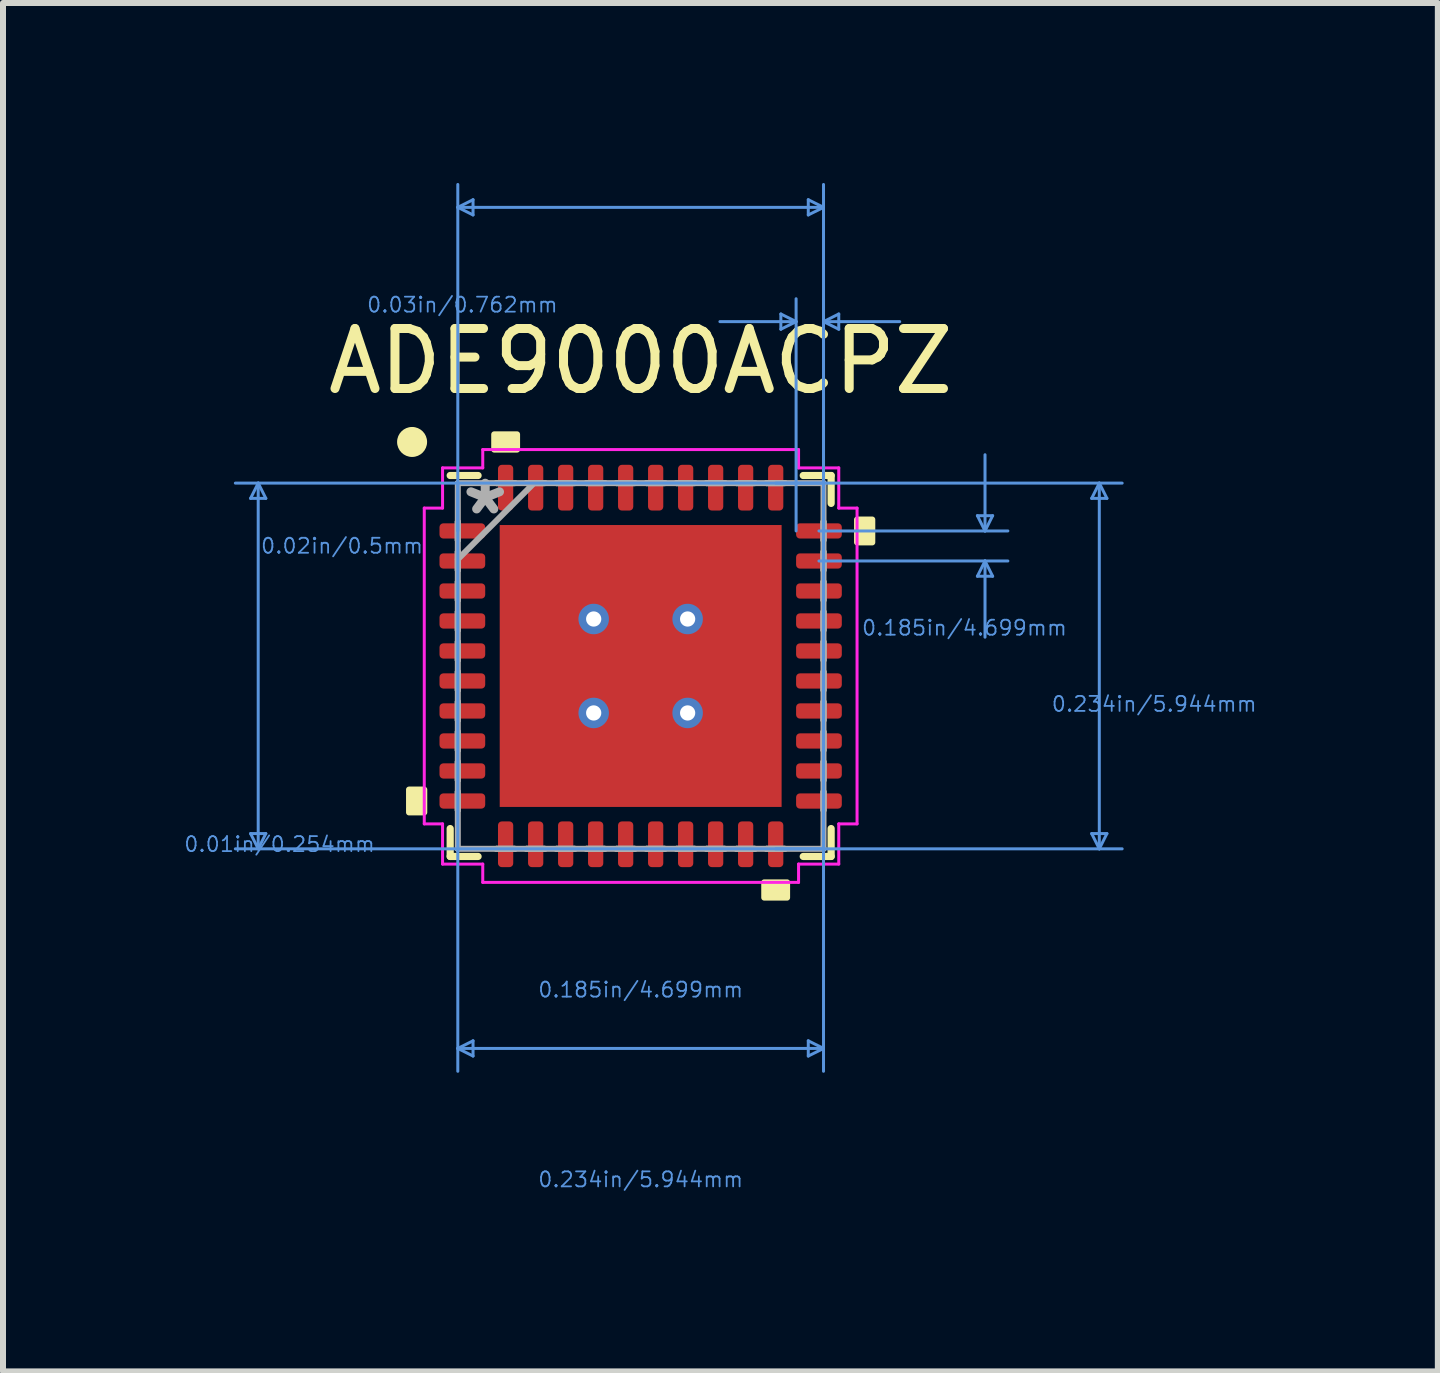
<source format=kicad_pcb>
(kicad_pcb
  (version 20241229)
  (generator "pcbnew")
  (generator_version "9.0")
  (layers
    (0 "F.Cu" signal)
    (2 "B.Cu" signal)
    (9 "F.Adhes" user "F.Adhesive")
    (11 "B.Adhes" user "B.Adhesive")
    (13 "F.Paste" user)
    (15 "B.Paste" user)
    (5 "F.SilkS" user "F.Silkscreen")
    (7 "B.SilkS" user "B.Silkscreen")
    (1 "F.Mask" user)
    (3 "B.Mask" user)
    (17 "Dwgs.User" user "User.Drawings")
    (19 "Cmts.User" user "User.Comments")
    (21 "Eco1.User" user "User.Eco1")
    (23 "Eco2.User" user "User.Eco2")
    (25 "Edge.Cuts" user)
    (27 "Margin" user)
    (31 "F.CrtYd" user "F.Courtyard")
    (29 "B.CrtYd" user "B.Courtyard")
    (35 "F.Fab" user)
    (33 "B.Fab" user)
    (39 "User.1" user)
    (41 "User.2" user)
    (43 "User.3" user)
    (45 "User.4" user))
  (footprint "ADE9000ACPZ"
    (layer "F.Cu")
    (at 7.629 8.051)
    (property "Reference" "ADE9000ACPZ" (at 0 -5.08 0) (layer "F.SilkS") (effects (font (size 1 1) (thickness 0.15))))
    (attr smd)
    (fp_line (start -3.175 2.71) (end -3.175 3.175) (stroke (width 0.12) (type solid)) (layer "F.SilkS"))
    (fp_line (start -3.175 3.175) (end -2.71 3.175) (stroke (width 0.12) (type solid)) (layer "F.SilkS"))
    (fp_line (start -2.71 -3.175) (end -3.175 -3.175) (stroke (width 0.12) (type solid)) (layer "F.SilkS"))
    (fp_line (start 2.71 3.175) (end 3.175 3.175) (stroke (width 0.12) (type solid)) (layer "F.SilkS"))
    (fp_line (start 3.175 -3.175) (end 2.71 -3.175) (stroke (width 0.12) (type solid)) (layer "F.SilkS"))
    (fp_line (start 3.175 -2.71) (end 3.175 -3.175) (stroke (width 0.12) (type solid)) (layer "F.SilkS"))
    (fp_line (start 3.175 3.175) (end 3.175 2.71) (stroke (width 0.12) (type solid)) (layer "F.SilkS"))
    (fp_circle (center -3.81 -3.734) (end -3.56 -3.734) (stroke (width 0) (type solid)) (fill yes) (layer "F.SilkS"))
    (fp_poly (pts (xy -3.861 2.06) (xy -3.861 2.441) (xy -3.607 2.441) (xy -3.607 2.06)) (stroke (width 0.1) (type solid)) (fill yes) (layer "F.SilkS"))
    (fp_poly (pts (xy -2.441 -3.607) (xy -2.441 -3.861) (xy -2.06 -3.861) (xy -2.06 -3.607)) (stroke (width 0.1) (type solid)) (fill yes) (layer "F.SilkS"))
    (fp_poly (pts (xy 2.06 3.607) (xy 2.06 3.861) (xy 2.441 3.861) (xy 2.441 3.607)) (stroke (width 0.1) (type solid)) (fill yes) (layer "F.SilkS"))
    (fp_poly (pts (xy 3.861 -2.441) (xy 3.861 -2.06) (xy 3.607 -2.06) (xy 3.607 -2.441)) (stroke (width 0.1) (type solid)) (fill yes) (layer "F.SilkS"))
    (fp_poly (pts (xy -2.249 -2.249) (xy -2.249 -0.883) (xy -0.883 -0.883) (xy -0.883 -2.249)) (stroke (width 0.1) (type solid)) (fill yes) (layer "F.Paste"))
    (fp_poly (pts (xy -2.249 -0.683) (xy -2.249 0.683) (xy -0.883 0.683) (xy -0.883 -0.683)) (stroke (width 0.1) (type solid)) (fill yes) (layer "F.Paste"))
    (fp_poly (pts (xy -2.249 0.883) (xy -2.249 2.249) (xy -0.883 2.249) (xy -0.883 0.883)) (stroke (width 0.1) (type solid)) (fill yes) (layer "F.Paste"))
    (fp_poly (pts (xy -0.683 -2.249) (xy -0.683 -0.883) (xy 0.683 -0.883) (xy 0.683 -2.249)) (stroke (width 0.1) (type solid)) (fill yes) (layer "F.Paste"))
    (fp_poly (pts (xy -0.683 -0.683) (xy -0.683 0.683) (xy 0.683 0.683) (xy 0.683 -0.683)) (stroke (width 0.1) (type solid)) (fill yes) (layer "F.Paste"))
    (fp_poly (pts (xy -0.683 0.883) (xy -0.683 2.249) (xy 0.683 2.249) (xy 0.683 0.883)) (stroke (width 0.1) (type solid)) (fill yes) (layer "F.Paste"))
    (fp_poly (pts (xy 0.883 -2.249) (xy 0.883 -0.883) (xy 2.249 -0.883) (xy 2.249 -2.249)) (stroke (width 0.1) (type solid)) (fill yes) (layer "F.Paste"))
    (fp_poly (pts (xy 0.883 -0.683) (xy 0.883 0.683) (xy 2.249 0.683) (xy 2.249 -0.683)) (stroke (width 0.1) (type solid)) (fill yes) (layer "F.Paste"))
    (fp_poly (pts (xy 0.883 0.883) (xy 0.883 2.249) (xy 2.249 2.249) (xy 2.249 0.883)) (stroke (width 0.1) (type solid)) (fill yes) (layer "F.Paste"))
    (fp_line (start -6.502 -2.794) (end -6.248 -2.794) (stroke (width 0.05) (type solid)) (layer "Cmts.User"))
    (fp_line (start -6.502 2.794) (end -6.248 2.794) (stroke (width 0.05) (type solid)) (layer "Cmts.User"))
    (fp_line (start -6.375 -3.048) (end -6.502 -2.794) (stroke (width 0.05) (type solid)) (layer "Cmts.User"))
    (fp_line (start -6.375 -3.048) (end -6.375 3.048) (stroke (width 0.05) (type solid)) (layer "Cmts.User"))
    (fp_line (start -6.375 -3.048) (end -6.248 -2.794) (stroke (width 0.05) (type solid)) (layer "Cmts.User"))
    (fp_line (start -6.375 3.048) (end -6.502 2.794) (stroke (width 0.05) (type solid)) (layer "Cmts.User"))
    (fp_line (start -6.375 3.048) (end -6.248 2.794) (stroke (width 0.05) (type solid)) (layer "Cmts.User"))
    (fp_line (start -3.048 -7.645) (end -2.794 -7.772) (stroke (width 0.05) (type solid)) (layer "Cmts.User"))
    (fp_line (start -3.048 -7.645) (end -2.794 -7.518) (stroke (width 0.05) (type solid)) (layer "Cmts.User"))
    (fp_line (start -3.048 -7.645) (end 3.048 -7.645) (stroke (width 0.05) (type solid)) (layer "Cmts.User"))
    (fp_line (start -3.048 -3.048) (end -3.048 6.756) (stroke (width 0.05) (type solid)) (layer "Cmts.User"))
    (fp_line (start -3.048 -2.251) (end -3.048 -8.026) (stroke (width 0.05) (type solid)) (layer "Cmts.User"))
    (fp_line (start -3.048 6.375) (end -2.794 6.248) (stroke (width 0.05) (type solid)) (layer "Cmts.User"))
    (fp_line (start -3.048 6.375) (end -2.794 6.502) (stroke (width 0.05) (type solid)) (layer "Cmts.User"))
    (fp_line (start -3.048 6.375) (end 3.048 6.375) (stroke (width 0.05) (type solid)) (layer "Cmts.User"))
    (fp_line (start -2.794 -7.772) (end -2.794 -7.518) (stroke (width 0.05) (type solid)) (layer "Cmts.User"))
    (fp_line (start -2.794 6.248) (end -2.794 6.502) (stroke (width 0.05) (type solid)) (layer "Cmts.User"))
    (fp_line (start 2.251 -3.048) (end 8.026 -3.048) (stroke (width 0.05) (type solid)) (layer "Cmts.User"))
    (fp_line (start 2.251 3.048) (end 8.026 3.048) (stroke (width 0.05) (type solid)) (layer "Cmts.User"))
    (fp_line (start 2.337 -5.867) (end 2.337 -5.613) (stroke (width 0.05) (type solid)) (layer "Cmts.User"))
    (fp_line (start 2.591 -5.74) (end 1.321 -5.74) (stroke (width 0.05) (type solid)) (layer "Cmts.User"))
    (fp_line (start 2.591 -5.74) (end 2.337 -5.867) (stroke (width 0.05) (type solid)) (layer "Cmts.User"))
    (fp_line (start 2.591 -5.74) (end 2.337 -5.613) (stroke (width 0.05) (type solid)) (layer "Cmts.User"))
    (fp_line (start 2.591 -2.251) (end 2.591 -6.121) (stroke (width 0.05) (type solid)) (layer "Cmts.User"))
    (fp_line (start 2.794 -7.772) (end 2.794 -7.518) (stroke (width 0.05) (type solid)) (layer "Cmts.User"))
    (fp_line (start 2.794 6.248) (end 2.794 6.502) (stroke (width 0.05) (type solid)) (layer "Cmts.User"))
    (fp_line (start 2.972 -2.251) (end 6.121 -2.251) (stroke (width 0.05) (type solid)) (layer "Cmts.User"))
    (fp_line (start 2.972 -1.75) (end 6.121 -1.75) (stroke (width 0.05) (type solid)) (layer "Cmts.User"))
    (fp_line (start 3.048 -7.645) (end 2.794 -7.772) (stroke (width 0.05) (type solid)) (layer "Cmts.User"))
    (fp_line (start 3.048 -7.645) (end 2.794 -7.518) (stroke (width 0.05) (type solid)) (layer "Cmts.User"))
    (fp_line (start 3.048 -5.74) (end 3.302 -5.867) (stroke (width 0.05) (type solid)) (layer "Cmts.User"))
    (fp_line (start 3.048 -5.74) (end 3.302 -5.613) (stroke (width 0.05) (type solid)) (layer "Cmts.User"))
    (fp_line (start 3.048 -5.74) (end 4.318 -5.74) (stroke (width 0.05) (type solid)) (layer "Cmts.User"))
    (fp_line (start 3.048 -3.048) (end -6.756 -3.048) (stroke (width 0.05) (type solid)) (layer "Cmts.User"))
    (fp_line (start 3.048 -3.048) (end 3.048 6.756) (stroke (width 0.05) (type solid)) (layer "Cmts.User"))
    (fp_line (start 3.048 -2.251) (end 3.048 -8.026) (stroke (width 0.05) (type solid)) (layer "Cmts.User"))
    (fp_line (start 3.048 -2.251) (end 3.048 -6.121) (stroke (width 0.05) (type solid)) (layer "Cmts.User"))
    (fp_line (start 3.048 3.048) (end -6.756 3.048) (stroke (width 0.05) (type solid)) (layer "Cmts.User"))
    (fp_line (start 3.048 6.375) (end 2.794 6.248) (stroke (width 0.05) (type solid)) (layer "Cmts.User"))
    (fp_line (start 3.048 6.375) (end 2.794 6.502) (stroke (width 0.05) (type solid)) (layer "Cmts.User"))
    (fp_line (start 3.302 -5.867) (end 3.302 -5.613) (stroke (width 0.05) (type solid)) (layer "Cmts.User"))
    (fp_line (start 5.613 -2.505) (end 5.867 -2.505) (stroke (width 0.05) (type solid)) (layer "Cmts.User"))
    (fp_line (start 5.613 -1.496) (end 5.867 -1.496) (stroke (width 0.05) (type solid)) (layer "Cmts.User"))
    (fp_line (start 5.74 -2.251) (end 5.613 -2.505) (stroke (width 0.05) (type solid)) (layer "Cmts.User"))
    (fp_line (start 5.74 -2.251) (end 5.74 -3.521) (stroke (width 0.05) (type solid)) (layer "Cmts.User"))
    (fp_line (start 5.74 -2.251) (end 5.867 -2.505) (stroke (width 0.05) (type solid)) (layer "Cmts.User"))
    (fp_line (start 5.74 -1.75) (end 5.613 -1.496) (stroke (width 0.05) (type solid)) (layer "Cmts.User"))
    (fp_line (start 5.74 -1.75) (end 5.74 -0.48) (stroke (width 0.05) (type solid)) (layer "Cmts.User"))
    (fp_line (start 5.74 -1.75) (end 5.867 -1.496) (stroke (width 0.05) (type solid)) (layer "Cmts.User"))
    (fp_line (start 7.518 -2.794) (end 7.772 -2.794) (stroke (width 0.05) (type solid)) (layer "Cmts.User"))
    (fp_line (start 7.518 2.794) (end 7.772 2.794) (stroke (width 0.05) (type solid)) (layer "Cmts.User"))
    (fp_line (start 7.645 -3.048) (end 7.518 -2.794) (stroke (width 0.05) (type solid)) (layer "Cmts.User"))
    (fp_line (start 7.645 -3.048) (end 7.645 3.048) (stroke (width 0.05) (type solid)) (layer "Cmts.User"))
    (fp_line (start 7.645 -3.048) (end 7.772 -2.794) (stroke (width 0.05) (type solid)) (layer "Cmts.User"))
    (fp_line (start 7.645 3.048) (end 7.518 2.794) (stroke (width 0.05) (type solid)) (layer "Cmts.User"))
    (fp_line (start 7.645 3.048) (end 7.772 2.794) (stroke (width 0.05) (type solid)) (layer "Cmts.User"))
    (fp_line (start -3.607 -2.632) (end -3.302 -2.632) (stroke (width 0.05) (type solid)) (layer "F.CrtYd"))
    (fp_line (start -3.607 2.632) (end -3.607 -2.632) (stroke (width 0.05) (type solid)) (layer "F.CrtYd"))
    (fp_line (start -3.302 -3.302) (end -2.632 -3.302) (stroke (width 0.05) (type solid)) (layer "F.CrtYd"))
    (fp_line (start -3.302 -2.632) (end -3.302 -3.302) (stroke (width 0.05) (type solid)) (layer "F.CrtYd"))
    (fp_line (start -3.302 2.632) (end -3.607 2.632) (stroke (width 0.05) (type solid)) (layer "F.CrtYd"))
    (fp_line (start -3.302 3.302) (end -3.302 2.632) (stroke (width 0.05) (type solid)) (layer "F.CrtYd"))
    (fp_line (start -2.632 -3.607) (end 2.632 -3.607) (stroke (width 0.05) (type solid)) (layer "F.CrtYd"))
    (fp_line (start -2.632 -3.302) (end -2.632 -3.607) (stroke (width 0.05) (type solid)) (layer "F.CrtYd"))
    (fp_line (start -2.632 3.302) (end -3.302 3.302) (stroke (width 0.05) (type solid)) (layer "F.CrtYd"))
    (fp_line (start -2.632 3.607) (end -2.632 3.302) (stroke (width 0.05) (type solid)) (layer "F.CrtYd"))
    (fp_line (start 2.632 -3.607) (end 2.632 -3.302) (stroke (width 0.05) (type solid)) (layer "F.CrtYd"))
    (fp_line (start 2.632 -3.302) (end 3.302 -3.302) (stroke (width 0.05) (type solid)) (layer "F.CrtYd"))
    (fp_line (start 2.632 3.302) (end 2.632 3.607) (stroke (width 0.05) (type solid)) (layer "F.CrtYd"))
    (fp_line (start 2.632 3.607) (end -2.632 3.607) (stroke (width 0.05) (type solid)) (layer "F.CrtYd"))
    (fp_line (start 3.302 -3.302) (end 3.302 -2.632) (stroke (width 0.05) (type solid)) (layer "F.CrtYd"))
    (fp_line (start 3.302 -2.632) (end 3.607 -2.632) (stroke (width 0.05) (type solid)) (layer "F.CrtYd"))
    (fp_line (start 3.302 2.632) (end 3.302 3.302) (stroke (width 0.05) (type solid)) (layer "F.CrtYd"))
    (fp_line (start 3.302 3.302) (end 2.632 3.302) (stroke (width 0.05) (type solid)) (layer "F.CrtYd"))
    (fp_line (start 3.607 -2.632) (end 3.607 2.632) (stroke (width 0.05) (type solid)) (layer "F.CrtYd"))
    (fp_line (start 3.607 2.632) (end 3.302 2.632) (stroke (width 0.05) (type solid)) (layer "F.CrtYd"))
    (fp_line (start -3.048 -3.048) (end -3.048 -3.048) (stroke (width 0.1) (type solid)) (layer "F.Fab"))
    (fp_line (start -3.048 -3.048) (end -3.048 3.048) (stroke (width 0.1) (type solid)) (layer "F.Fab"))
    (fp_line (start -3.048 -2.403) (end -3.048 -2.403) (stroke (width 0.1) (type solid)) (layer "F.Fab"))
    (fp_line (start -3.048 -2.403) (end -3.048 -2.098) (stroke (width 0.1) (type solid)) (layer "F.Fab"))
    (fp_line (start -3.048 -2.098) (end -3.048 -2.403) (stroke (width 0.1) (type solid)) (layer "F.Fab"))
    (fp_line (start -3.048 -2.098) (end -3.048 -2.098) (stroke (width 0.1) (type solid)) (layer "F.Fab"))
    (fp_line (start -3.048 -1.903) (end -3.048 -1.903) (stroke (width 0.1) (type solid)) (layer "F.Fab"))
    (fp_line (start -3.048 -1.903) (end -3.048 -1.598) (stroke (width 0.1) (type solid)) (layer "F.Fab"))
    (fp_line (start -3.048 -1.778) (end -1.778 -3.048) (stroke (width 0.1) (type solid)) (layer "F.Fab"))
    (fp_line (start -3.048 -1.598) (end -3.048 -1.903) (stroke (width 0.1) (type solid)) (layer "F.Fab"))
    (fp_line (start -3.048 -1.598) (end -3.048 -1.598) (stroke (width 0.1) (type solid)) (layer "F.Fab"))
    (fp_line (start -3.048 -1.403) (end -3.048 -1.403) (stroke (width 0.1) (type solid)) (layer "F.Fab"))
    (fp_line (start -3.048 -1.403) (end -3.048 -1.098) (stroke (width 0.1) (type solid)) (layer "F.Fab"))
    (fp_line (start -3.048 -1.098) (end -3.048 -1.403) (stroke (width 0.1) (type solid)) (layer "F.Fab"))
    (fp_line (start -3.048 -1.098) (end -3.048 -1.098) (stroke (width 0.1) (type solid)) (layer "F.Fab"))
    (fp_line (start -3.048 -0.903) (end -3.048 -0.903) (stroke (width 0.1) (type solid)) (layer "F.Fab"))
    (fp_line (start -3.048 -0.903) (end -3.048 -0.598) (stroke (width 0.1) (type solid)) (layer "F.Fab"))
    (fp_line (start -3.048 -0.598) (end -3.048 -0.903) (stroke (width 0.1) (type solid)) (layer "F.Fab"))
    (fp_line (start -3.048 -0.598) (end -3.048 -0.598) (stroke (width 0.1) (type solid)) (layer "F.Fab"))
    (fp_line (start -3.048 -0.402) (end -3.048 -0.402) (stroke (width 0.1) (type solid)) (layer "F.Fab"))
    (fp_line (start -3.048 -0.402) (end -3.048 -0.098) (stroke (width 0.1) (type solid)) (layer "F.Fab"))
    (fp_line (start -3.048 -0.098) (end -3.048 -0.402) (stroke (width 0.1) (type solid)) (layer "F.Fab"))
    (fp_line (start -3.048 -0.098) (end -3.048 -0.098) (stroke (width 0.1) (type solid)) (layer "F.Fab"))
    (fp_line (start -3.048 0.098) (end -3.048 0.098) (stroke (width 0.1) (type solid)) (layer "F.Fab"))
    (fp_line (start -3.048 0.098) (end -3.048 0.402) (stroke (width 0.1) (type solid)) (layer "F.Fab"))
    (fp_line (start -3.048 0.402) (end -3.048 0.098) (stroke (width 0.1) (type solid)) (layer "F.Fab"))
    (fp_line (start -3.048 0.402) (end -3.048 0.402) (stroke (width 0.1) (type solid)) (layer "F.Fab"))
    (fp_line (start -3.048 0.598) (end -3.048 0.598) (stroke (width 0.1) (type solid)) (layer "F.Fab"))
    (fp_line (start -3.048 0.598) (end -3.048 0.903) (stroke (width 0.1) (type solid)) (layer "F.Fab"))
    (fp_line (start -3.048 0.903) (end -3.048 0.598) (stroke (width 0.1) (type solid)) (layer "F.Fab"))
    (fp_line (start -3.048 0.903) (end -3.048 0.903) (stroke (width 0.1) (type solid)) (layer "F.Fab"))
    (fp_line (start -3.048 1.098) (end -3.048 1.098) (stroke (width 0.1) (type solid)) (layer "F.Fab"))
    (fp_line (start -3.048 1.098) (end -3.048 1.403) (stroke (width 0.1) (type solid)) (layer "F.Fab"))
    (fp_line (start -3.048 1.403) (end -3.048 1.098) (stroke (width 0.1) (type solid)) (layer "F.Fab"))
    (fp_line (start -3.048 1.403) (end -3.048 1.403) (stroke (width 0.1) (type solid)) (layer "F.Fab"))
    (fp_line (start -3.048 1.598) (end -3.048 1.598) (stroke (width 0.1) (type solid)) (layer "F.Fab"))
    (fp_line (start -3.048 1.598) (end -3.048 1.903) (stroke (width 0.1) (type solid)) (layer "F.Fab"))
    (fp_line (start -3.048 1.903) (end -3.048 1.598) (stroke (width 0.1) (type solid)) (layer "F.Fab"))
    (fp_line (start -3.048 1.903) (end -3.048 1.903) (stroke (width 0.1) (type solid)) (layer "F.Fab"))
    (fp_line (start -3.048 2.098) (end -3.048 2.098) (stroke (width 0.1) (type solid)) (layer "F.Fab"))
    (fp_line (start -3.048 2.098) (end -3.048 2.403) (stroke (width 0.1) (type solid)) (layer "F.Fab"))
    (fp_line (start -3.048 2.403) (end -3.048 2.098) (stroke (width 0.1) (type solid)) (layer "F.Fab"))
    (fp_line (start -3.048 2.403) (end -3.048 2.403) (stroke (width 0.1) (type solid)) (layer "F.Fab"))
    (fp_line (start -3.048 3.048) (end -3.048 3.048) (stroke (width 0.1) (type solid)) (layer "F.Fab"))
    (fp_line (start -3.048 3.048) (end 3.048 3.048) (stroke (width 0.1) (type solid)) (layer "F.Fab"))
    (fp_line (start -2.403 -3.048) (end -2.403 -3.048) (stroke (width 0.1) (type solid)) (layer "F.Fab"))
    (fp_line (start -2.403 -3.048) (end -2.098 -3.048) (stroke (width 0.1) (type solid)) (layer "F.Fab"))
    (fp_line (start -2.403 3.048) (end -2.403 3.048) (stroke (width 0.1) (type solid)) (layer "F.Fab"))
    (fp_line (start -2.403 3.048) (end -2.098 3.048) (stroke (width 0.1) (type solid)) (layer "F.Fab"))
    (fp_line (start -2.098 -3.048) (end -2.403 -3.048) (stroke (width 0.1) (type solid)) (layer "F.Fab"))
    (fp_line (start -2.098 -3.048) (end -2.098 -3.048) (stroke (width 0.1) (type solid)) (layer "F.Fab"))
    (fp_line (start -2.098 3.048) (end -2.403 3.048) (stroke (width 0.1) (type solid)) (layer "F.Fab"))
    (fp_line (start -2.098 3.048) (end -2.098 3.048) (stroke (width 0.1) (type solid)) (layer "F.Fab"))
    (fp_line (start -1.903 -3.048) (end -1.903 -3.048) (stroke (width 0.1) (type solid)) (layer "F.Fab"))
    (fp_line (start -1.903 -3.048) (end -1.598 -3.048) (stroke (width 0.1) (type solid)) (layer "F.Fab"))
    (fp_line (start -1.903 3.048) (end -1.903 3.048) (stroke (width 0.1) (type solid)) (layer "F.Fab"))
    (fp_line (start -1.903 3.048) (end -1.598 3.048) (stroke (width 0.1) (type solid)) (layer "F.Fab"))
    (fp_line (start -1.598 -3.048) (end -1.903 -3.048) (stroke (width 0.1) (type solid)) (layer "F.Fab"))
    (fp_line (start -1.598 -3.048) (end -1.598 -3.048) (stroke (width 0.1) (type solid)) (layer "F.Fab"))
    (fp_line (start -1.598 3.048) (end -1.903 3.048) (stroke (width 0.1) (type solid)) (layer "F.Fab"))
    (fp_line (start -1.598 3.048) (end -1.598 3.048) (stroke (width 0.1) (type solid)) (layer "F.Fab"))
    (fp_line (start -1.403 -3.048) (end -1.403 -3.048) (stroke (width 0.1) (type solid)) (layer "F.Fab"))
    (fp_line (start -1.403 -3.048) (end -1.098 -3.048) (stroke (width 0.1) (type solid)) (layer "F.Fab"))
    (fp_line (start -1.403 3.048) (end -1.403 3.048) (stroke (width 0.1) (type solid)) (layer "F.Fab"))
    (fp_line (start -1.403 3.048) (end -1.098 3.048) (stroke (width 0.1) (type solid)) (layer "F.Fab"))
    (fp_line (start -1.098 -3.048) (end -1.403 -3.048) (stroke (width 0.1) (type solid)) (layer "F.Fab"))
    (fp_line (start -1.098 -3.048) (end -1.098 -3.048) (stroke (width 0.1) (type solid)) (layer "F.Fab"))
    (fp_line (start -1.098 3.048) (end -1.403 3.048) (stroke (width 0.1) (type solid)) (layer "F.Fab"))
    (fp_line (start -1.098 3.048) (end -1.098 3.048) (stroke (width 0.1) (type solid)) (layer "F.Fab"))
    (fp_line (start -0.903 -3.048) (end -0.903 -3.048) (stroke (width 0.1) (type solid)) (layer "F.Fab"))
    (fp_line (start -0.903 -3.048) (end -0.598 -3.048) (stroke (width 0.1) (type solid)) (layer "F.Fab"))
    (fp_line (start -0.903 3.048) (end -0.903 3.048) (stroke (width 0.1) (type solid)) (layer "F.Fab"))
    (fp_line (start -0.903 3.048) (end -0.598 3.048) (stroke (width 0.1) (type solid)) (layer "F.Fab"))
    (fp_line (start -0.598 -3.048) (end -0.903 -3.048) (stroke (width 0.1) (type solid)) (layer "F.Fab"))
    (fp_line (start -0.598 -3.048) (end -0.598 -3.048) (stroke (width 0.1) (type solid)) (layer "F.Fab"))
    (fp_line (start -0.598 3.048) (end -0.903 3.048) (stroke (width 0.1) (type solid)) (layer "F.Fab"))
    (fp_line (start -0.598 3.048) (end -0.598 3.048) (stroke (width 0.1) (type solid)) (layer "F.Fab"))
    (fp_line (start -0.402 -3.048) (end -0.402 -3.048) (stroke (width 0.1) (type solid)) (layer "F.Fab"))
    (fp_line (start -0.402 -3.048) (end -0.098 -3.048) (stroke (width 0.1) (type solid)) (layer "F.Fab"))
    (fp_line (start -0.402 3.048) (end -0.402 3.048) (stroke (width 0.1) (type solid)) (layer "F.Fab"))
    (fp_line (start -0.402 3.048) (end -0.098 3.048) (stroke (width 0.1) (type solid)) (layer "F.Fab"))
    (fp_line (start -0.098 -3.048) (end -0.402 -3.048) (stroke (width 0.1) (type solid)) (layer "F.Fab"))
    (fp_line (start -0.098 -3.048) (end -0.098 -3.048) (stroke (width 0.1) (type solid)) (layer "F.Fab"))
    (fp_line (start -0.098 3.048) (end -0.402 3.048) (stroke (width 0.1) (type solid)) (layer "F.Fab"))
    (fp_line (start -0.098 3.048) (end -0.098 3.048) (stroke (width 0.1) (type solid)) (layer "F.Fab"))
    (fp_line (start 0.098 -3.048) (end 0.098 -3.048) (stroke (width 0.1) (type solid)) (layer "F.Fab"))
    (fp_line (start 0.098 -3.048) (end 0.402 -3.048) (stroke (width 0.1) (type solid)) (layer "F.Fab"))
    (fp_line (start 0.098 3.048) (end 0.098 3.048) (stroke (width 0.1) (type solid)) (layer "F.Fab"))
    (fp_line (start 0.098 3.048) (end 0.402 3.048) (stroke (width 0.1) (type solid)) (layer "F.Fab"))
    (fp_line (start 0.402 -3.048) (end 0.098 -3.048) (stroke (width 0.1) (type solid)) (layer "F.Fab"))
    (fp_line (start 0.402 -3.048) (end 0.402 -3.048) (stroke (width 0.1) (type solid)) (layer "F.Fab"))
    (fp_line (start 0.402 3.048) (end 0.098 3.048) (stroke (width 0.1) (type solid)) (layer "F.Fab"))
    (fp_line (start 0.402 3.048) (end 0.402 3.048) (stroke (width 0.1) (type solid)) (layer "F.Fab"))
    (fp_line (start 0.598 -3.048) (end 0.598 -3.048) (stroke (width 0.1) (type solid)) (layer "F.Fab"))
    (fp_line (start 0.598 -3.048) (end 0.903 -3.048) (stroke (width 0.1) (type solid)) (layer "F.Fab"))
    (fp_line (start 0.598 3.048) (end 0.598 3.048) (stroke (width 0.1) (type solid)) (layer "F.Fab"))
    (fp_line (start 0.598 3.048) (end 0.903 3.048) (stroke (width 0.1) (type solid)) (layer "F.Fab"))
    (fp_line (start 0.903 -3.048) (end 0.598 -3.048) (stroke (width 0.1) (type solid)) (layer "F.Fab"))
    (fp_line (start 0.903 -3.048) (end 0.903 -3.048) (stroke (width 0.1) (type solid)) (layer "F.Fab"))
    (fp_line (start 0.903 3.048) (end 0.598 3.048) (stroke (width 0.1) (type solid)) (layer "F.Fab"))
    (fp_line (start 0.903 3.048) (end 0.903 3.048) (stroke (width 0.1) (type solid)) (layer "F.Fab"))
    (fp_line (start 1.098 -3.048) (end 1.098 -3.048) (stroke (width 0.1) (type solid)) (layer "F.Fab"))
    (fp_line (start 1.098 -3.048) (end 1.403 -3.048) (stroke (width 0.1) (type solid)) (layer "F.Fab"))
    (fp_line (start 1.098 3.048) (end 1.098 3.048) (stroke (width 0.1) (type solid)) (layer "F.Fab"))
    (fp_line (start 1.098 3.048) (end 1.403 3.048) (stroke (width 0.1) (type solid)) (layer "F.Fab"))
    (fp_line (start 1.403 -3.048) (end 1.098 -3.048) (stroke (width 0.1) (type solid)) (layer "F.Fab"))
    (fp_line (start 1.403 -3.048) (end 1.403 -3.048) (stroke (width 0.1) (type solid)) (layer "F.Fab"))
    (fp_line (start 1.403 3.048) (end 1.098 3.048) (stroke (width 0.1) (type solid)) (layer "F.Fab"))
    (fp_line (start 1.403 3.048) (end 1.403 3.048) (stroke (width 0.1) (type solid)) (layer "F.Fab"))
    (fp_line (start 1.598 -3.048) (end 1.598 -3.048) (stroke (width 0.1) (type solid)) (layer "F.Fab"))
    (fp_line (start 1.598 -3.048) (end 1.903 -3.048) (stroke (width 0.1) (type solid)) (layer "F.Fab"))
    (fp_line (start 1.598 3.048) (end 1.598 3.048) (stroke (width 0.1) (type solid)) (layer "F.Fab"))
    (fp_line (start 1.598 3.048) (end 1.903 3.048) (stroke (width 0.1) (type solid)) (layer "F.Fab"))
    (fp_line (start 1.903 -3.048) (end 1.598 -3.048) (stroke (width 0.1) (type solid)) (layer "F.Fab"))
    (fp_line (start 1.903 -3.048) (end 1.903 -3.048) (stroke (width 0.1) (type solid)) (layer "F.Fab"))
    (fp_line (start 1.903 3.048) (end 1.598 3.048) (stroke (width 0.1) (type solid)) (layer "F.Fab"))
    (fp_line (start 1.903 3.048) (end 1.903 3.048) (stroke (width 0.1) (type solid)) (layer "F.Fab"))
    (fp_line (start 2.098 -3.048) (end 2.098 -3.048) (stroke (width 0.1) (type solid)) (layer "F.Fab"))
    (fp_line (start 2.098 -3.048) (end 2.403 -3.048) (stroke (width 0.1) (type solid)) (layer "F.Fab"))
    (fp_line (start 2.098 3.048) (end 2.098 3.048) (stroke (width 0.1) (type solid)) (layer "F.Fab"))
    (fp_line (start 2.098 3.048) (end 2.403 3.048) (stroke (width 0.1) (type solid)) (layer "F.Fab"))
    (fp_line (start 2.403 -3.048) (end 2.098 -3.048) (stroke (width 0.1) (type solid)) (layer "F.Fab"))
    (fp_line (start 2.403 -3.048) (end 2.403 -3.048) (stroke (width 0.1) (type solid)) (layer "F.Fab"))
    (fp_line (start 2.403 3.048) (end 2.098 3.048) (stroke (width 0.1) (type solid)) (layer "F.Fab"))
    (fp_line (start 2.403 3.048) (end 2.403 3.048) (stroke (width 0.1) (type solid)) (layer "F.Fab"))
    (fp_line (start 3.048 -3.048) (end -3.048 -3.048) (stroke (width 0.1) (type solid)) (layer "F.Fab"))
    (fp_line (start 3.048 -3.048) (end 3.048 -3.048) (stroke (width 0.1) (type solid)) (layer "F.Fab"))
    (fp_line (start 3.048 -2.403) (end 3.048 -2.403) (stroke (width 0.1) (type solid)) (layer "F.Fab"))
    (fp_line (start 3.048 -2.403) (end 3.048 -2.098) (stroke (width 0.1) (type solid)) (layer "F.Fab"))
    (fp_line (start 3.048 -2.098) (end 3.048 -2.403) (stroke (width 0.1) (type solid)) (layer "F.Fab"))
    (fp_line (start 3.048 -2.098) (end 3.048 -2.098) (stroke (width 0.1) (type solid)) (layer "F.Fab"))
    (fp_line (start 3.048 -1.903) (end 3.048 -1.903) (stroke (width 0.1) (type solid)) (layer "F.Fab"))
    (fp_line (start 3.048 -1.903) (end 3.048 -1.598) (stroke (width 0.1) (type solid)) (layer "F.Fab"))
    (fp_line (start 3.048 -1.598) (end 3.048 -1.903) (stroke (width 0.1) (type solid)) (layer "F.Fab"))
    (fp_line (start 3.048 -1.598) (end 3.048 -1.598) (stroke (width 0.1) (type solid)) (layer "F.Fab"))
    (fp_line (start 3.048 -1.403) (end 3.048 -1.403) (stroke (width 0.1) (type solid)) (layer "F.Fab"))
    (fp_line (start 3.048 -1.403) (end 3.048 -1.098) (stroke (width 0.1) (type solid)) (layer "F.Fab"))
    (fp_line (start 3.048 -1.098) (end 3.048 -1.403) (stroke (width 0.1) (type solid)) (layer "F.Fab"))
    (fp_line (start 3.048 -1.098) (end 3.048 -1.098) (stroke (width 0.1) (type solid)) (layer "F.Fab"))
    (fp_line (start 3.048 -0.903) (end 3.048 -0.903) (stroke (width 0.1) (type solid)) (layer "F.Fab"))
    (fp_line (start 3.048 -0.903) (end 3.048 -0.598) (stroke (width 0.1) (type solid)) (layer "F.Fab"))
    (fp_line (start 3.048 -0.598) (end 3.048 -0.903) (stroke (width 0.1) (type solid)) (layer "F.Fab"))
    (fp_line (start 3.048 -0.598) (end 3.048 -0.598) (stroke (width 0.1) (type solid)) (layer "F.Fab"))
    (fp_line (start 3.048 -0.402) (end 3.048 -0.402) (stroke (width 0.1) (type solid)) (layer "F.Fab"))
    (fp_line (start 3.048 -0.402) (end 3.048 -0.098) (stroke (width 0.1) (type solid)) (layer "F.Fab"))
    (fp_line (start 3.048 -0.098) (end 3.048 -0.402) (stroke (width 0.1) (type solid)) (layer "F.Fab"))
    (fp_line (start 3.048 -0.098) (end 3.048 -0.098) (stroke (width 0.1) (type solid)) (layer "F.Fab"))
    (fp_line (start 3.048 0.098) (end 3.048 0.098) (stroke (width 0.1) (type solid)) (layer "F.Fab"))
    (fp_line (start 3.048 0.098) (end 3.048 0.402) (stroke (width 0.1) (type solid)) (layer "F.Fab"))
    (fp_line (start 3.048 0.402) (end 3.048 0.098) (stroke (width 0.1) (type solid)) (layer "F.Fab"))
    (fp_line (start 3.048 0.402) (end 3.048 0.402) (stroke (width 0.1) (type solid)) (layer "F.Fab"))
    (fp_line (start 3.048 0.598) (end 3.048 0.598) (stroke (width 0.1) (type solid)) (layer "F.Fab"))
    (fp_line (start 3.048 0.598) (end 3.048 0.903) (stroke (width 0.1) (type solid)) (layer "F.Fab"))
    (fp_line (start 3.048 0.903) (end 3.048 0.598) (stroke (width 0.1) (type solid)) (layer "F.Fab"))
    (fp_line (start 3.048 0.903) (end 3.048 0.903) (stroke (width 0.1) (type solid)) (layer "F.Fab"))
    (fp_line (start 3.048 1.098) (end 3.048 1.098) (stroke (width 0.1) (type solid)) (layer "F.Fab"))
    (fp_line (start 3.048 1.098) (end 3.048 1.403) (stroke (width 0.1) (type solid)) (layer "F.Fab"))
    (fp_line (start 3.048 1.403) (end 3.048 1.098) (stroke (width 0.1) (type solid)) (layer "F.Fab"))
    (fp_line (start 3.048 1.403) (end 3.048 1.403) (stroke (width 0.1) (type solid)) (layer "F.Fab"))
    (fp_line (start 3.048 1.598) (end 3.048 1.598) (stroke (width 0.1) (type solid)) (layer "F.Fab"))
    (fp_line (start 3.048 1.598) (end 3.048 1.903) (stroke (width 0.1) (type solid)) (layer "F.Fab"))
    (fp_line (start 3.048 1.903) (end 3.048 1.598) (stroke (width 0.1) (type solid)) (layer "F.Fab"))
    (fp_line (start 3.048 1.903) (end 3.048 1.903) (stroke (width 0.1) (type solid)) (layer "F.Fab"))
    (fp_line (start 3.048 2.098) (end 3.048 2.098) (stroke (width 0.1) (type solid)) (layer "F.Fab"))
    (fp_line (start 3.048 2.098) (end 3.048 2.403) (stroke (width 0.1) (type solid)) (layer "F.Fab"))
    (fp_line (start 3.048 2.403) (end 3.048 2.098) (stroke (width 0.1) (type solid)) (layer "F.Fab"))
    (fp_line (start 3.048 2.403) (end 3.048 2.403) (stroke (width 0.1) (type solid)) (layer "F.Fab"))
    (fp_line (start 3.048 3.048) (end 3.048 -3.048) (stroke (width 0.1) (type solid)) (layer "F.Fab"))
    (fp_line (start 3.048 3.048) (end 3.048 3.048) (stroke (width 0.1) (type solid)) (layer "F.Fab"))
    (fp_text user "0.185in/4.699mm" (at 0 5.397 0) (layer "Cmts.User") (effects (font (size 0.25 0.25) (thickness 0.03))))
    (fp_text user "0.185in/4.699mm" (at 5.397 -0.635 0) (layer "Cmts.User") (effects (font (size 0.25 0.25) (thickness 0.03))))
    (fp_text user "0.234in/5.944mm" (at 8.56 0.635 0) (layer "Cmts.User") (effects (font (size 0.25 0.25) (thickness 0.03))))
    (fp_text user "0.234in/5.944mm" (at 0 8.56 0) (layer "Cmts.User") (effects (font (size 0.25 0.25) (thickness 0.03))))
    (fp_text user "0.03in/0.762mm" (at -2.972 -6.02 0) (layer "Cmts.User") (effects (font (size 0.25 0.25) (thickness 0.03))))
    (fp_text user "0.02in/0.5mm" (at -4.978 -2.001 0) (layer "Cmts.User") (effects (font (size 0.25 0.25) (thickness 0.03))))
    (fp_text user "0.01in/0.254mm" (at -6.02 2.972 0) (layer "Cmts.User") (effects (font (size 0.25 0.25) (thickness 0.03))))
    (fp_text user "*" (at -2.591 -2.501 0) (layer "F.Fab") (effects (font (size 1 1) (thickness 0.15))))
    (pad "1" smd roundrect (at -2.972 -2.251 90) (size 0.254 0.762) (layers "F.Cu" "F.Mask" "F.Paste") (roundrect_rratio 0.25))
    (pad "2" smd roundrect (at -2.972 -1.75 90) (size 0.254 0.762) (layers "F.Cu" "F.Mask" "F.Paste") (roundrect_rratio 0.25))
    (pad "3" smd roundrect (at -2.972 -1.25 90) (size 0.254 0.762) (layers "F.Cu" "F.Mask" "F.Paste") (roundrect_rratio 0.25))
    (pad "4" smd roundrect (at -2.972 -0.75 90) (size 0.254 0.762) (layers "F.Cu" "F.Mask" "F.Paste") (roundrect_rratio 0.25))
    (pad "5" smd roundrect (at -2.972 -0.25 90) (size 0.254 0.762) (layers "F.Cu" "F.Mask" "F.Paste") (roundrect_rratio 0.25))
    (pad "6" smd roundrect (at -2.972 0.25 90) (size 0.254 0.762) (layers "F.Cu" "F.Mask" "F.Paste") (roundrect_rratio 0.25))
    (pad "7" smd roundrect (at -2.972 0.75 90) (size 0.254 0.762) (layers "F.Cu" "F.Mask" "F.Paste") (roundrect_rratio 0.25))
    (pad "8" smd roundrect (at -2.972 1.25 90) (size 0.254 0.762) (layers "F.Cu" "F.Mask" "F.Paste") (roundrect_rratio 0.25))
    (pad "9" smd roundrect (at -2.972 1.75 90) (size 0.254 0.762) (layers "F.Cu" "F.Mask" "F.Paste") (roundrect_rratio 0.25))
    (pad "10" smd roundrect (at -2.972 2.251 90) (size 0.254 0.762) (layers "F.Cu" "F.Mask" "F.Paste") (roundrect_rratio 0.25))
    (pad "11" smd roundrect (at -2.251 2.972) (size 0.254 0.762) (layers "F.Cu" "F.Mask" "F.Paste") (roundrect_rratio 0.25))
    (pad "12" smd roundrect (at -1.75 2.972) (size 0.254 0.762) (layers "F.Cu" "F.Mask" "F.Paste") (roundrect_rratio 0.25))
    (pad "13" smd roundrect (at -1.25 2.972) (size 0.254 0.762) (layers "F.Cu" "F.Mask" "F.Paste") (roundrect_rratio 0.25))
    (pad "14" smd roundrect (at -0.75 2.972) (size 0.254 0.762) (layers "F.Cu" "F.Mask" "F.Paste") (roundrect_rratio 0.25))
    (pad "15" smd roundrect (at -0.25 2.972) (size 0.254 0.762) (layers "F.Cu" "F.Mask" "F.Paste") (roundrect_rratio 0.25))
    (pad "16" smd roundrect (at 0.25 2.972) (size 0.254 0.762) (layers "F.Cu" "F.Mask" "F.Paste") (roundrect_rratio 0.25))
    (pad "17" smd roundrect (at 0.75 2.972) (size 0.254 0.762) (layers "F.Cu" "F.Mask" "F.Paste") (roundrect_rratio 0.25))
    (pad "18" smd roundrect (at 1.25 2.972) (size 0.254 0.762) (layers "F.Cu" "F.Mask" "F.Paste") (roundrect_rratio 0.25))
    (pad "19" smd roundrect (at 1.75 2.972) (size 0.254 0.762) (layers "F.Cu" "F.Mask" "F.Paste") (roundrect_rratio 0.25))
    (pad "20" smd roundrect (at 2.251 2.972) (size 0.254 0.762) (layers "F.Cu" "F.Mask" "F.Paste") (roundrect_rratio 0.25))
    (pad "21" smd roundrect (at 2.972 2.251 90) (size 0.254 0.762) (layers "F.Cu" "F.Mask" "F.Paste") (roundrect_rratio 0.25))
    (pad "22" smd roundrect (at 2.972 1.75 90) (size 0.254 0.762) (layers "F.Cu" "F.Mask" "F.Paste") (roundrect_rratio 0.25))
    (pad "23" smd roundrect (at 2.972 1.25 90) (size 0.254 0.762) (layers "F.Cu" "F.Mask" "F.Paste") (roundrect_rratio 0.25))
    (pad "24" smd roundrect (at 2.972 0.75 90) (size 0.254 0.762) (layers "F.Cu" "F.Mask" "F.Paste") (roundrect_rratio 0.25))
    (pad "25" smd roundrect (at 2.972 0.25 90) (size 0.254 0.762) (layers "F.Cu" "F.Mask" "F.Paste") (roundrect_rratio 0.25))
    (pad "26" smd roundrect (at 2.972 -0.25 90) (size 0.254 0.762) (layers "F.Cu" "F.Mask" "F.Paste") (roundrect_rratio 0.25))
    (pad "27" smd roundrect (at 2.972 -0.75 90) (size 0.254 0.762) (layers "F.Cu" "F.Mask" "F.Paste") (roundrect_rratio 0.25))
    (pad "28" smd roundrect (at 2.972 -1.25 90) (size 0.254 0.762) (layers "F.Cu" "F.Mask" "F.Paste") (roundrect_rratio 0.25))
    (pad "29" smd roundrect (at 2.972 -1.75 90) (size 0.254 0.762) (layers "F.Cu" "F.Mask" "F.Paste") (roundrect_rratio 0.25))
    (pad "30" smd roundrect (at 2.972 -2.251 90) (size 0.254 0.762) (layers "F.Cu" "F.Mask" "F.Paste") (roundrect_rratio 0.25))
    (pad "31" smd roundrect (at 2.251 -2.972) (size 0.254 0.762) (layers "F.Cu" "F.Mask" "F.Paste") (roundrect_rratio 0.25))
    (pad "32" smd roundrect (at 1.75 -2.972) (size 0.254 0.762) (layers "F.Cu" "F.Mask" "F.Paste") (roundrect_rratio 0.25))
    (pad "33" smd roundrect (at 1.25 -2.972) (size 0.254 0.762) (layers "F.Cu" "F.Mask" "F.Paste") (roundrect_rratio 0.25))
    (pad "34" smd roundrect (at 0.75 -2.972) (size 0.254 0.762) (layers "F.Cu" "F.Mask" "F.Paste") (roundrect_rratio 0.25))
    (pad "35" smd roundrect (at 0.25 -2.972) (size 0.254 0.762) (layers "F.Cu" "F.Mask" "F.Paste") (roundrect_rratio 0.25))
    (pad "36" smd roundrect (at -0.25 -2.972) (size 0.254 0.762) (layers "F.Cu" "F.Mask" "F.Paste") (roundrect_rratio 0.25))
    (pad "37" smd roundrect (at -0.75 -2.972) (size 0.254 0.762) (layers "F.Cu" "F.Mask" "F.Paste") (roundrect_rratio 0.25))
    (pad "38" smd roundrect (at -1.25 -2.972) (size 0.254 0.762) (layers "F.Cu" "F.Mask" "F.Paste") (roundrect_rratio 0.25))
    (pad "39" smd roundrect (at -1.75 -2.972) (size 0.254 0.762) (layers "F.Cu" "F.Mask" "F.Paste") (roundrect_rratio 0.25))
    (pad "40" smd roundrect (at -2.251 -2.972) (size 0.254 0.762) (layers "F.Cu" "F.Mask" "F.Paste") (roundrect_rratio 0.25))
    (pad "41" thru_hole circle (at -0.783 -0.783) (size 0.508 0.508) (drill 0.254) (layers "*.Cu"))
    (pad "41" thru_hole circle (at -0.783 0.783) (size 0.508 0.508) (drill 0.254) (layers "*.Cu"))
    (pad "41" smd rect (at 0 0) (size 4.699 4.699) (property pad_prop_heatsink) (layers "F.Cu" "F.Mask"))
    (pad "41" thru_hole circle (at 0.783 -0.783) (size 0.508 0.508) (drill 0.254) (layers "*.Cu"))
    (pad "41" thru_hole circle (at 0.783 0.783) (size 0.508 0.508) (drill 0.254) (layers "*.Cu"))
    (zone (net_name "") (layer "F.Cu") (hatch edge 0.508) (connect_pads) (min_thickness 0.254) (filled_areas_thickness no) (keepout (tracks allowed) (vias allowed) (pads allowed) (copperpour not_allowed) (footprints allowed)) (placement (enabled no)) (fill) (polygon (pts (xy 5.038 7.674) (xy 4.276 7.674) (xy 4.276 7.428) (xy 5.038 7.428))))
    (zone (net_name "") (layer "F.Cu") (hatch edge 0.508) (connect_pads) (min_thickness 0.254) (filled_areas_thickness no) (keepout (tracks allowed) (vias allowed) (pads allowed) (copperpour not_allowed) (footprints allowed)) (placement (enabled no)) (fill) (polygon (pts (xy 8.752 11.404) (xy 8.506 11.404) (xy 8.506 10.642) (xy 8.752 10.642)))))
  (gr_rect
    (start -3 -3)
    (end 20.917 19.81)
    (stroke (width 0.1) (type default))
    (fill no)
    (layer "Edge.Cuts")))
</source>
